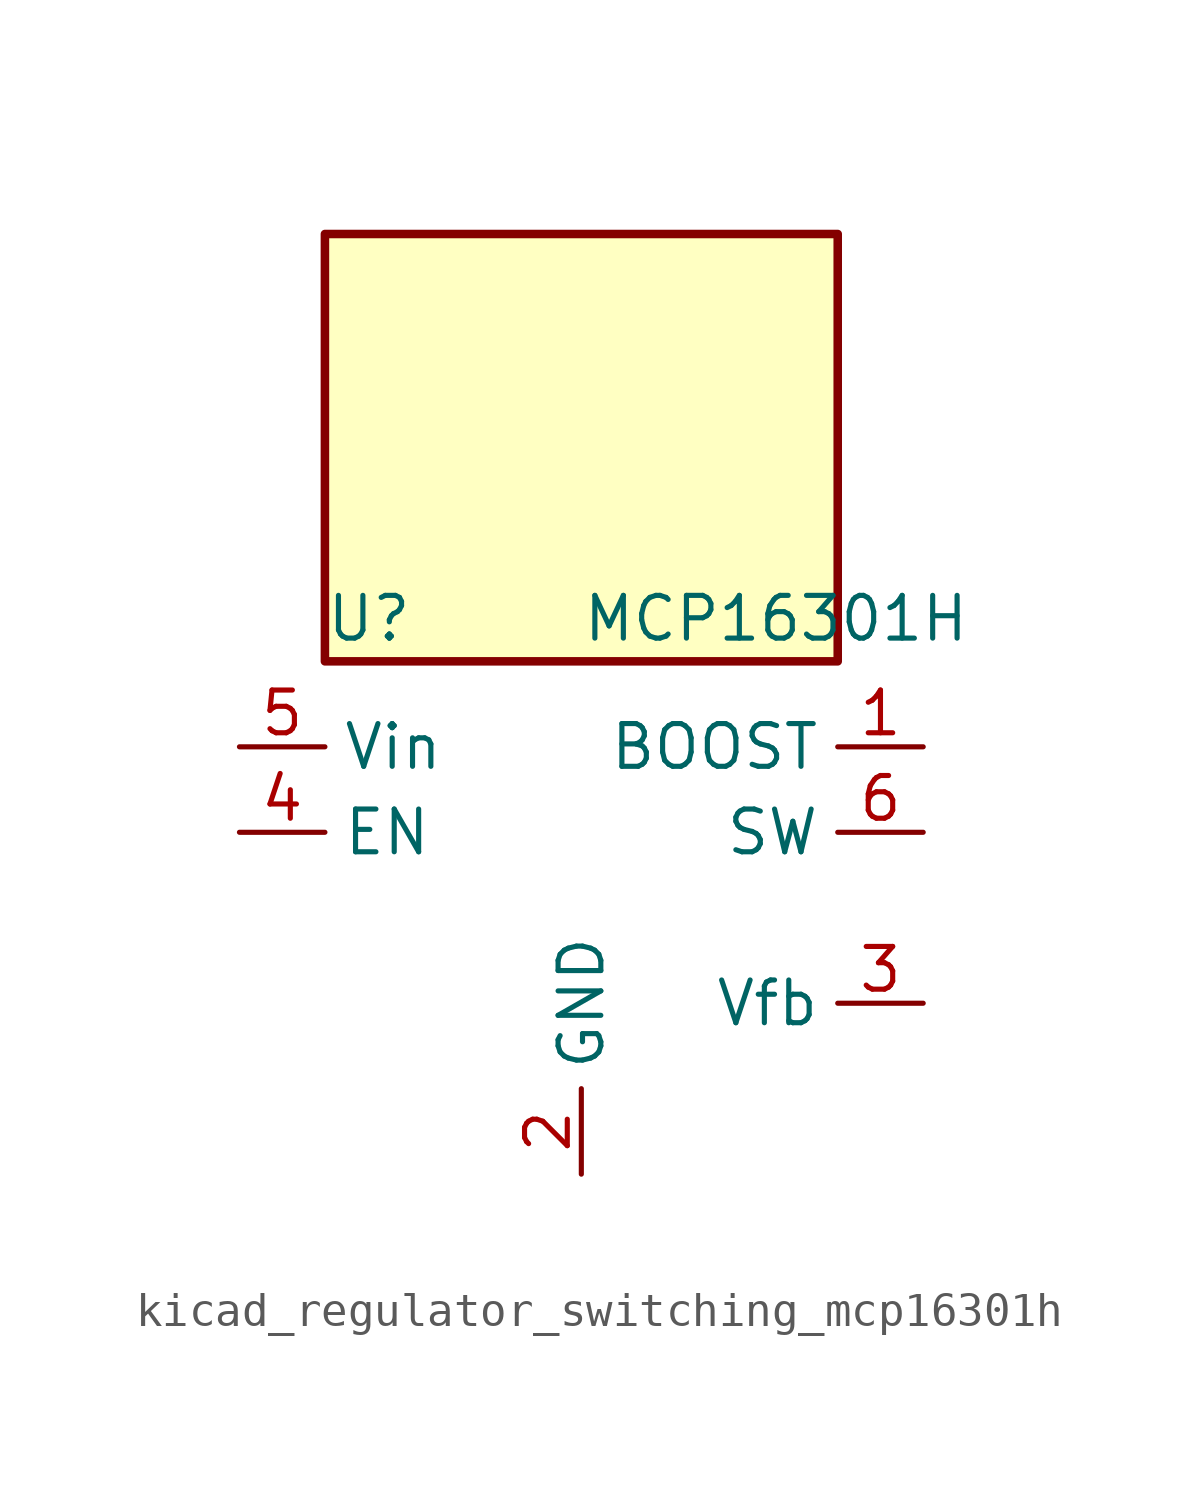
<source format=kicad_sym>
(kicad_symbol_lib
  (version 20220914)
  (generator kicad_symbol_editor)
  (symbol "kicad_regulator_switching_mcp16301h"
    (property "Reference" "U"
      (at -7.62 6.35 0)
      (effects (font (size 1.27 1.27)) (justify left)))
    (property "Value" "MCP16301H"
      (at 0 6.35 0)
      (effects (font (size 1.27 1.27)) (justify left)))
    (symbol "kicad_regulator_switching_mcp16301h_0_1"
      (rectangle (start 7.62 17.78) (end -7.62 5.08) (stroke (width 0.254) (type default)) (fill (type background))))
    (symbol "kicad_regulator_switching_mcp16301h_1_1"
      (pin output line (at 10.16 2.54 180) (length 2.54) (name "BOOST" (effects (font (size 1.27 1.27)))) (number "1" (effects (font (size 1.27 1.27)))))
      (pin power_in line (at 0 -10.16 90) (length 2.54) (name "GND" (effects (font (size 1.27 1.27)))) (number "2" (effects (font (size 1.27 1.27)))))
      (pin input line (at 10.16 -5.08 180) (length 2.54) (name "Vfb" (effects (font (size 1.27 1.27)))) (number "3" (effects (font (size 1.27 1.27)))))
      (pin input line (at -10.16 0 0) (length 2.54) (name "EN" (effects (font (size 1.27 1.27)))) (number "4" (effects (font (size 1.27 1.27)))))
      (pin power_in line (at -10.16 2.54 0) (length 2.54) (name "Vin" (effects (font (size 1.27 1.27)))) (number "5" (effects (font (size 1.27 1.27)))))
      (pin output line (at 10.16 0 180) (length 2.54) (name "SW" (effects (font (size 1.27 1.27)))) (number "6" (effects (font (size 1.27 1.27))))))))
</source>
